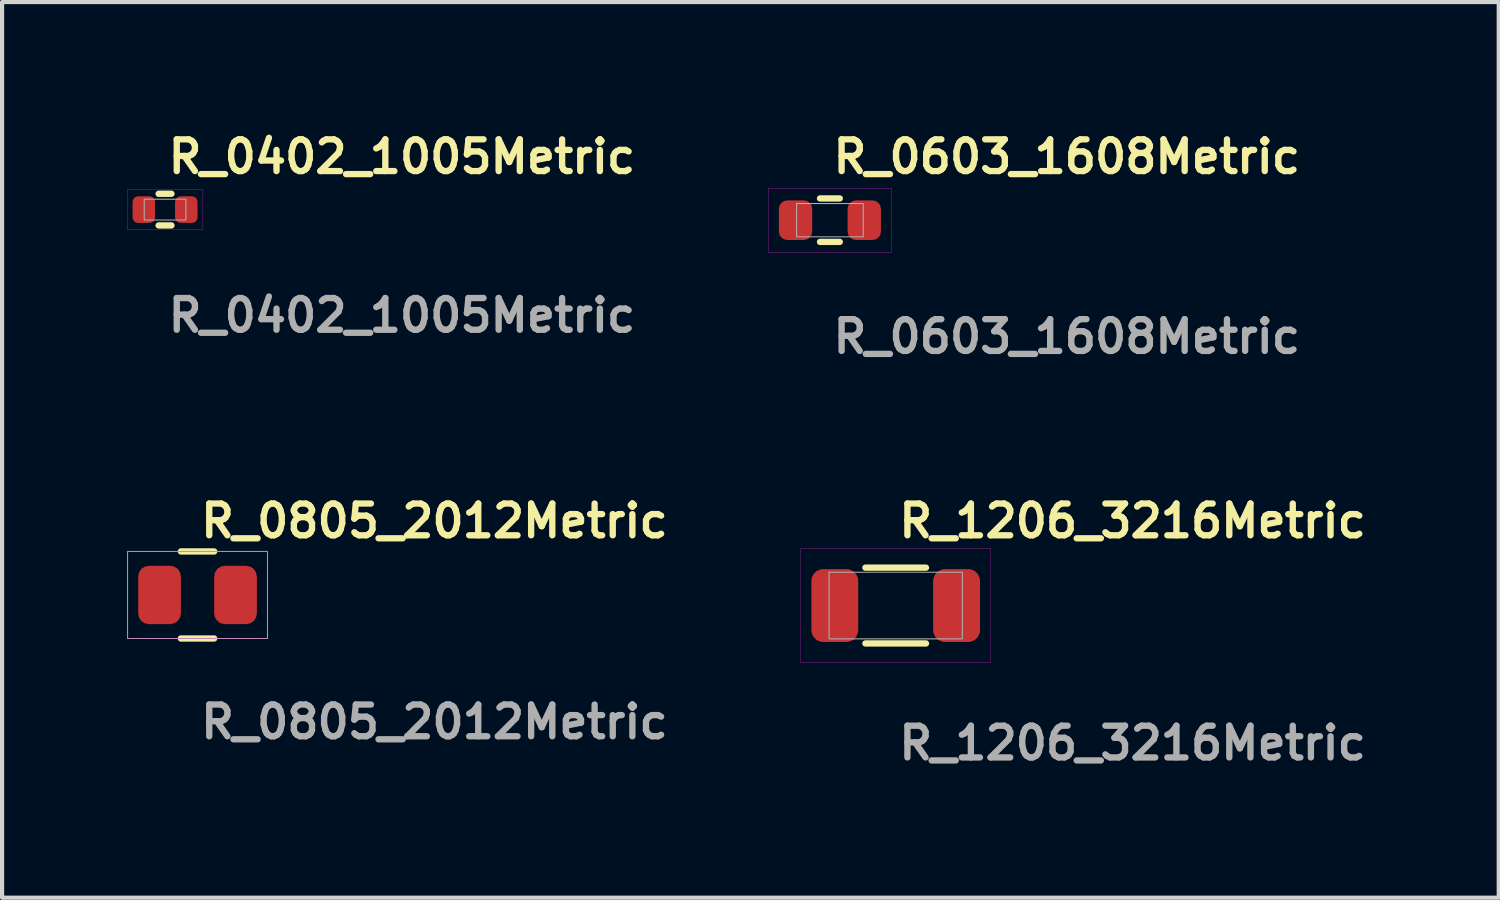
<source format=kicad_pcb>
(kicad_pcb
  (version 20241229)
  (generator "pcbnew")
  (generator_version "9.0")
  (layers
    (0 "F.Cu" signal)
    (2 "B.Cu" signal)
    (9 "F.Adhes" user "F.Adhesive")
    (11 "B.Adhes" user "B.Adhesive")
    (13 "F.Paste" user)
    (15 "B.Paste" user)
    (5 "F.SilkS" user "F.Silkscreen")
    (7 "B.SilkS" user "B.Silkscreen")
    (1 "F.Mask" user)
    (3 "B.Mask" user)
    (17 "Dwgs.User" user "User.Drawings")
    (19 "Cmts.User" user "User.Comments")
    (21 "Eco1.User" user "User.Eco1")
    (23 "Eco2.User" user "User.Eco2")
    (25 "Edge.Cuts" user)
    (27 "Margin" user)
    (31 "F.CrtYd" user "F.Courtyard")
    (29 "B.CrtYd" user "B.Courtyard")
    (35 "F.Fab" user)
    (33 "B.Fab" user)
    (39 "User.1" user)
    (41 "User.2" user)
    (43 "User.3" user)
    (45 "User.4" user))
  (footprint "R_0603_1608Metric"
    (layer "F.Cu")
    (at 16.877 2.237)
    (property "Reference" "R_0603_1608Metric" (at 0 -1.524 0) (layer "F.SilkS") (effects (font (size 0.762 0.762) (thickness 0.152) (bold yes)) (justify left)))
    (attr smd)
    (fp_line (start -0.237 -0.522) (end 0.237 -0.522) (stroke (width 0.152) (type solid)) (layer "F.SilkS"))
    (fp_line (start -0.237 0.522) (end 0.237 0.522) (stroke (width 0.152) (type solid)) (layer "F.SilkS"))
    (fp_poly (pts (xy -1.48 -0.77) (xy 1.48 -0.77) (xy 1.48 0.77) (xy -1.48 0.77)) (stroke (width 0.006) (type solid)) (fill no) (layer "F.CrtYd"))
    (fp_rect (start -0.8 -0.4) (end 0.8 0.4) (stroke (width 0.025) (type default)) (fill no) (layer "F.Fab"))
    (fp_text user "${REFERENCE}" (at 0 2.794 0) (layer "F.Fab") (effects (font (size 0.762 0.762) (thickness 0.152)) (justify left)))
    (pad "1" smd roundrect (at -0.825 0) (size 0.8 0.95) (layers "F.Cu" "F.Mask" "F.Paste") (roundrect_rratio 0.25))
    (pad "2" smd roundrect (at 0.825 0) (size 0.8 0.95) (layers "F.Cu" "F.Mask" "F.Paste") (roundrect_rratio 0.25)))
  (footprint "R_1206_3216Metric"
    (layer "F.Cu")
    (at 18.457 11.49)
    (property "Reference" "R_1206_3216Metric" (at 0 -2.032 0) (layer "F.SilkS") (effects (font (size 0.762 0.762) (thickness 0.152) (bold yes)) (justify left)))
    (attr smd)
    (fp_line (start -0.727 -0.91) (end 0.727 -0.91) (stroke (width 0.152) (type solid)) (layer "F.SilkS"))
    (fp_line (start -0.727 0.91) (end 0.727 0.91) (stroke (width 0.152) (type solid)) (layer "F.SilkS"))
    (fp_rect (start -2.28 -1.37) (end 2.28 1.37) (stroke (width 0.006) (type solid)) (fill no) (layer "F.CrtYd"))
    (fp_rect (start -1.6 -0.8) (end 1.6 0.8) (stroke (width 0.025) (type default)) (fill no) (layer "F.Fab"))
    (fp_text user "${REFERENCE}" (at 0 3.302 0) (layer "F.Fab") (effects (font (size 0.762 0.762) (thickness 0.152)) (justify left)))
    (pad "1" smd roundrect (at -1.462 0) (size 1.125 1.75) (layers "F.Cu" "F.Mask" "F.Paste") (roundrect_rratio 0.25))
    (pad "2" smd roundrect (at 1.462 0) (size 1.125 1.75) (layers "F.Cu" "F.Mask" "F.Paste") (roundrect_rratio 0.25)))
  (footprint "R_0805_2012Metric"
    (layer "F.Cu")
    (at 1.693 11.236)
    (property "Reference" "R_0805_2012Metric" (at 0 -1.778 0) (layer "F.SilkS") (effects (font (size 0.762 0.762) (thickness 0.152) (bold yes)) (justify left)))
    (fp_line (start 0.4 -1.045) (end -0.4 -1.045) (stroke (width 0.152) (type solid)) (layer "F.SilkS"))
    (fp_line (start 0.4 1.045) (end -0.4 1.045) (stroke (width 0.152) (type solid)) (layer "F.SilkS"))
    (fp_rect (start -1.68 -1.045) (end 1.68 1.045) (stroke (width 0.006) (type solid)) (fill no) (layer "F.CrtYd"))
    (fp_rect (start -1.68 -1.045) (end 1.68 1.045) (stroke (width 0.025) (type default)) (fill no) (layer "F.Fab"))
    (fp_text user "${REFERENCE}" (at 0 3.048 0) (layer "F.Fab") (effects (font (size 0.762 0.762) (thickness 0.152)) (justify left)))
    (pad "1" smd roundrect (at -0.912 0) (size 1.025 1.4) (layers "F.Cu" "F.Mask" "F.Paste") (roundrect_rratio 0.25))
    (pad "2" smd roundrect (at 0.912 0) (size 1.025 1.4) (layers "F.Cu" "F.Mask" "F.Paste") (roundrect_rratio 0.25)))
  (footprint "R_0402_1005Metric"
    (layer "F.Cu")
    (at 0.913 1.983)
    (property "Reference" "R_0402_1005Metric" (at 0 -1.27 0) (layer "F.SilkS") (effects (font (size 0.762 0.762) (thickness 0.152) (bold yes)) (justify left)))
    (attr smd)
    (fp_line (start -0.154 -0.38) (end 0.154 -0.38) (stroke (width 0.152) (type solid)) (layer "F.SilkS"))
    (fp_line (start -0.154 0.38) (end 0.154 0.38) (stroke (width 0.152) (type solid)) (layer "F.SilkS"))
    (fp_poly (pts (xy -0.91 -0.477) (xy 0.91 -0.477) (xy 0.91 0.477) (xy -0.91 0.477)) (stroke (width 0.006) (type solid)) (fill no) (layer "F.CrtYd"))
    (fp_rect (start -0.5 -0.25) (end 0.5 0.25) (stroke (width 0.025) (type default)) (fill no) (layer "F.Fab"))
    (fp_text user "${REFERENCE}" (at 0 2.54 0) (layer "F.Fab") (effects (font (size 0.762 0.762) (thickness 0.152)) (justify left)))
    (pad "1" smd roundrect (at -0.51 0) (size 0.54 0.64) (layers "F.Cu" "F.Mask" "F.Paste") (roundrect_rratio 0.25))
    (pad "2" smd roundrect (at 0.51 0) (size 0.54 0.64) (layers "F.Cu" "F.Mask" "F.Paste") (roundrect_rratio 0.25)))
  (gr_rect
    (start -3 -3)
    (end 32.937 18.505)
    (stroke (width 0.1) (type default))
    (fill no)
    (layer "Edge.Cuts")))
</source>
